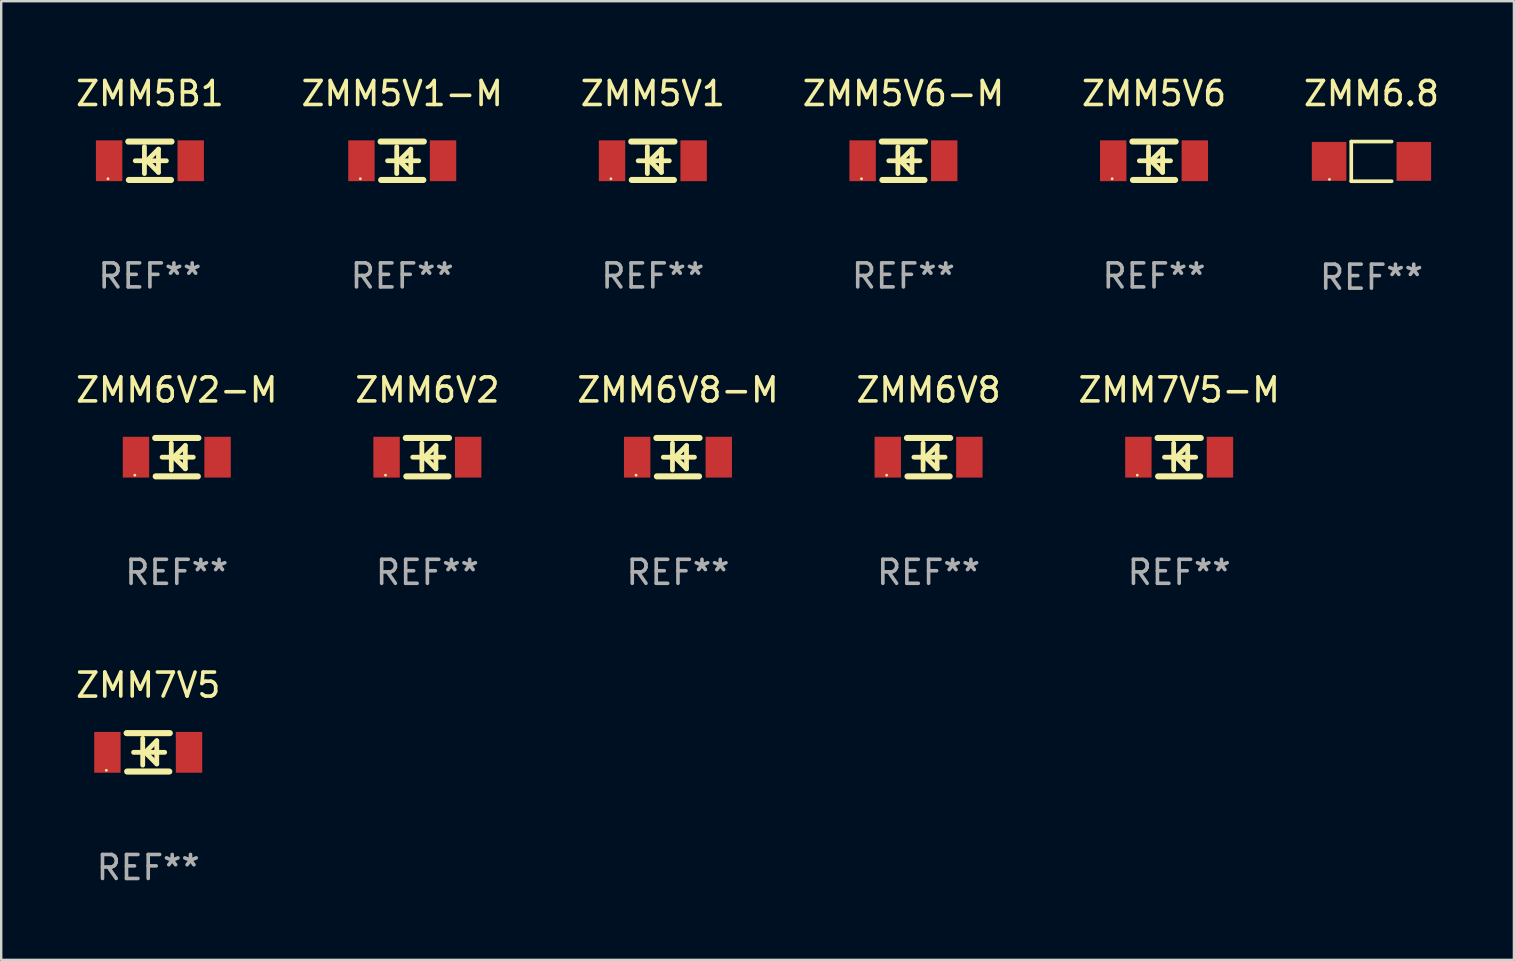
<source format=kicad_pcb>
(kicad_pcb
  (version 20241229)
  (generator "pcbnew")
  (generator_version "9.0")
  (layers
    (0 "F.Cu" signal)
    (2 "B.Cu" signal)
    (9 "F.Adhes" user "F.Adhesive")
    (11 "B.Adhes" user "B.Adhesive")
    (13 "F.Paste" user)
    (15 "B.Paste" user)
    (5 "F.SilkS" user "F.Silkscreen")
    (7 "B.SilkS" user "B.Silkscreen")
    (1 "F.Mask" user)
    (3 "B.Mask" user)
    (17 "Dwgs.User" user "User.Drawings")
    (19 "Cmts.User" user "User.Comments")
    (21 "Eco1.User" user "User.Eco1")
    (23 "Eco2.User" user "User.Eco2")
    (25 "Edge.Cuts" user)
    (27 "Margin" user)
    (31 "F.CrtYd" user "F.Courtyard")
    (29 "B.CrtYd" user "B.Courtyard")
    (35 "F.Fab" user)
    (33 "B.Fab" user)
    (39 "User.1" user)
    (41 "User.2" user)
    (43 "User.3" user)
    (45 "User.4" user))
  (footprint "ZMM5V1"
    (layer "F.Cu")
    (at 24.149 3.648)
    (property "Reference" "ZMM5V1" (at 0 -2.8 0) (layer "F.SilkS") (effects (font (size 1 1) (thickness 0.15))))
    (attr through_hole)
    (fp_line (start -0.9 -0.8) (end 0.9 -0.8) (stroke (width 0.254) (type solid)) (layer "F.SilkS"))
    (fp_line (start -0.878 0.8) (end 0.878 0.8) (stroke (width 0.254) (type solid)) (layer "F.SilkS"))
    (fp_line (start -0.61 0) (end 0.686 0) (stroke (width 0.2) (type solid)) (layer "F.SilkS"))
    (fp_line (start -0.229 -0.584) (end -0.229 0.533) (stroke (width 0.2) (type solid)) (layer "F.SilkS"))
    (fp_line (start -0.127 0) (end 0.356 -0.483) (stroke (width 0.2) (type solid)) (layer "F.SilkS"))
    (fp_line (start 0.356 -0.483) (end 0.356 0.483) (stroke (width 0.2) (type solid)) (layer "F.SilkS"))
    (fp_line (start 0.356 0.483) (end -0.102 0.025) (stroke (width 0.2) (type solid)) (layer "F.SilkS"))
    (fp_circle (center -1.746 0.75) (end -1.716 0.75) (stroke (width 0.06) (type solid)) (fill no) (layer "F.SilkS"))
    (fp_text user "REF**" (at 0 4.8 0) (layer "F.Fab") (effects (font (size 1 1) (thickness 0.15))))
    (pad "1" smd rect (at -1.7 0 180) (size 1.1 1.7) (layers "F.Cu" "F.Mask" "F.Paste"))
    (pad "2" smd rect (at 1.7 0 180) (size 1.1 1.7) (layers "F.Cu" "F.Mask" "F.Paste")))
  (footprint "ZMM6.8"
    (layer "F.Cu")
    (at 54.089 3.674)
    (property "Reference" "ZMM6.8" (at 0 -2.826 0) (layer "F.SilkS") (effects (font (size 1 1) (thickness 0.15))))
    (attr through_hole)
    (fp_line (start -0.842 -0.826) (end -0.842 0.826) (stroke (width 0.152) (type solid)) (layer "F.SilkS"))
    (fp_line (start -0.842 -0.826) (end 0.842 -0.826) (stroke (width 0.152) (type solid)) (layer "F.SilkS"))
    (fp_line (start -0.842 0.826) (end 0.842 0.826) (stroke (width 0.152) (type solid)) (layer "F.SilkS"))
    (fp_circle (center -1.75 0.75) (end -1.72 0.75) (stroke (width 0.06) (type solid)) (fill no) (layer "F.SilkS"))
    (fp_text user "REF**" (at 0 4.826 0) (layer "F.Fab") (effects (font (size 1 1) (thickness 0.15))))
    (pad "1" smd rect (at -1.765 0) (size 1.44 1.62) (layers "F.Cu" "F.Mask" "F.Paste"))
    (pad "2" smd rect (at 1.765 0) (size 1.44 1.62) (layers "F.Cu" "F.Mask" "F.Paste")))
  (footprint "ZMM7V5"
    (layer "F.Cu")
    (at 3.125 28.294)
    (property "Reference" "ZMM7V5" (at 0 -2.8 0) (layer "F.SilkS") (effects (font (size 1 1) (thickness 0.15))))
    (attr through_hole)
    (fp_line (start -0.9 -0.8) (end 0.9 -0.8) (stroke (width 0.254) (type solid)) (layer "F.SilkS"))
    (fp_line (start -0.878 0.8) (end 0.878 0.8) (stroke (width 0.254) (type solid)) (layer "F.SilkS"))
    (fp_line (start -0.61 0) (end 0.686 0) (stroke (width 0.2) (type solid)) (layer "F.SilkS"))
    (fp_line (start -0.229 -0.584) (end -0.229 0.533) (stroke (width 0.2) (type solid)) (layer "F.SilkS"))
    (fp_line (start -0.127 0) (end 0.356 -0.483) (stroke (width 0.2) (type solid)) (layer "F.SilkS"))
    (fp_line (start 0.356 -0.483) (end 0.356 0.483) (stroke (width 0.2) (type solid)) (layer "F.SilkS"))
    (fp_line (start 0.356 0.483) (end -0.102 0.025) (stroke (width 0.2) (type solid)) (layer "F.SilkS"))
    (fp_circle (center -1.746 0.75) (end -1.716 0.75) (stroke (width 0.06) (type solid)) (fill no) (layer "F.SilkS"))
    (fp_text user "REF**" (at 0 4.8 0) (layer "F.Fab") (effects (font (size 1 1) (thickness 0.15))))
    (pad "1" smd rect (at -1.7 0 180) (size 1.1 1.7) (layers "F.Cu" "F.Mask" "F.Paste"))
    (pad "2" smd rect (at 1.7 0 180) (size 1.1 1.7) (layers "F.Cu" "F.Mask" "F.Paste")))
  (footprint "ZMM6V8"
    (layer "F.Cu")
    (at 35.637 15.997)
    (property "Reference" "ZMM6V8" (at 0 -2.8 0) (layer "F.SilkS") (effects (font (size 1 1) (thickness 0.15))))
    (attr through_hole)
    (fp_line (start -0.9 -0.8) (end 0.9 -0.8) (stroke (width 0.254) (type solid)) (layer "F.SilkS"))
    (fp_line (start -0.878 0.8) (end 0.878 0.8) (stroke (width 0.254) (type solid)) (layer "F.SilkS"))
    (fp_line (start -0.61 0) (end 0.686 0) (stroke (width 0.2) (type solid)) (layer "F.SilkS"))
    (fp_line (start -0.229 -0.584) (end -0.229 0.533) (stroke (width 0.2) (type solid)) (layer "F.SilkS"))
    (fp_line (start -0.127 0) (end 0.356 -0.483) (stroke (width 0.2) (type solid)) (layer "F.SilkS"))
    (fp_line (start 0.356 -0.483) (end 0.356 0.483) (stroke (width 0.2) (type solid)) (layer "F.SilkS"))
    (fp_line (start 0.356 0.483) (end -0.102 0.025) (stroke (width 0.2) (type solid)) (layer "F.SilkS"))
    (fp_circle (center -1.746 0.75) (end -1.716 0.75) (stroke (width 0.06) (type solid)) (fill no) (layer "F.SilkS"))
    (fp_text user "REF**" (at 0 4.8 0) (layer "F.Fab") (effects (font (size 1 1) (thickness 0.15))))
    (pad "1" smd rect (at -1.7 0 180) (size 1.1 1.7) (layers "F.Cu" "F.Mask" "F.Paste"))
    (pad "2" smd rect (at 1.7 0 180) (size 1.1 1.7) (layers "F.Cu" "F.Mask" "F.Paste")))
  (footprint "ZMM6V8-M"
    (layer "F.Cu")
    (at 25.196 15.997)
    (property "Reference" "ZMM6V8-M" (at 0 -2.8 0) (layer "F.SilkS") (effects (font (size 1 1) (thickness 0.15))))
    (attr through_hole)
    (fp_line (start -0.9 -0.8) (end 0.9 -0.8) (stroke (width 0.254) (type solid)) (layer "F.SilkS"))
    (fp_line (start -0.878 0.8) (end 0.878 0.8) (stroke (width 0.254) (type solid)) (layer "F.SilkS"))
    (fp_line (start -0.61 0) (end 0.686 0) (stroke (width 0.2) (type solid)) (layer "F.SilkS"))
    (fp_line (start -0.229 -0.584) (end -0.229 0.533) (stroke (width 0.2) (type solid)) (layer "F.SilkS"))
    (fp_line (start -0.127 0) (end 0.356 -0.483) (stroke (width 0.2) (type solid)) (layer "F.SilkS"))
    (fp_line (start 0.356 -0.483) (end 0.356 0.483) (stroke (width 0.2) (type solid)) (layer "F.SilkS"))
    (fp_line (start 0.356 0.483) (end -0.102 0.025) (stroke (width 0.2) (type solid)) (layer "F.SilkS"))
    (fp_circle (center -1.746 0.75) (end -1.716 0.75) (stroke (width 0.06) (type solid)) (fill no) (layer "F.SilkS"))
    (fp_text user "REF**" (at 0 4.8 0) (layer "F.Fab") (effects (font (size 1 1) (thickness 0.15))))
    (pad "1" smd rect (at -1.7 0 180) (size 1.1 1.7) (layers "F.Cu" "F.Mask" "F.Paste"))
    (pad "2" smd rect (at 1.7 0 180) (size 1.1 1.7) (layers "F.Cu" "F.Mask" "F.Paste")))
  (footprint "ZMM5V6"
    (layer "F.Cu")
    (at 45.03 3.648)
    (property "Reference" "ZMM5V6" (at 0 -2.8 0) (layer "F.SilkS") (effects (font (size 1 1) (thickness 0.15))))
    (attr through_hole)
    (fp_line (start -0.9 -0.8) (end 0.9 -0.8) (stroke (width 0.254) (type solid)) (layer "F.SilkS"))
    (fp_line (start -0.878 0.8) (end 0.878 0.8) (stroke (width 0.254) (type solid)) (layer "F.SilkS"))
    (fp_line (start -0.61 0) (end 0.686 0) (stroke (width 0.2) (type solid)) (layer "F.SilkS"))
    (fp_line (start -0.229 -0.584) (end -0.229 0.533) (stroke (width 0.2) (type solid)) (layer "F.SilkS"))
    (fp_line (start -0.127 0) (end 0.356 -0.483) (stroke (width 0.2) (type solid)) (layer "F.SilkS"))
    (fp_line (start 0.356 -0.483) (end 0.356 0.483) (stroke (width 0.2) (type solid)) (layer "F.SilkS"))
    (fp_line (start 0.356 0.483) (end -0.102 0.025) (stroke (width 0.2) (type solid)) (layer "F.SilkS"))
    (fp_circle (center -1.746 0.75) (end -1.716 0.75) (stroke (width 0.06) (type solid)) (fill no) (layer "F.SilkS"))
    (fp_text user "REF**" (at 0 4.8 0) (layer "F.Fab") (effects (font (size 1 1) (thickness 0.15))))
    (pad "1" smd rect (at -1.7 0 180) (size 1.1 1.7) (layers "F.Cu" "F.Mask" "F.Paste"))
    (pad "2" smd rect (at 1.7 0 180) (size 1.1 1.7) (layers "F.Cu" "F.Mask" "F.Paste")))
  (footprint "ZMM5V6-M"
    (layer "F.Cu")
    (at 34.589 3.648)
    (property "Reference" "ZMM5V6-M" (at 0 -2.8 0) (layer "F.SilkS") (effects (font (size 1 1) (thickness 0.15))))
    (attr through_hole)
    (fp_line (start -0.9 -0.8) (end 0.9 -0.8) (stroke (width 0.254) (type solid)) (layer "F.SilkS"))
    (fp_line (start -0.878 0.8) (end 0.878 0.8) (stroke (width 0.254) (type solid)) (layer "F.SilkS"))
    (fp_line (start -0.61 0) (end 0.686 0) (stroke (width 0.2) (type solid)) (layer "F.SilkS"))
    (fp_line (start -0.229 -0.584) (end -0.229 0.533) (stroke (width 0.2) (type solid)) (layer "F.SilkS"))
    (fp_line (start -0.127 0) (end 0.356 -0.483) (stroke (width 0.2) (type solid)) (layer "F.SilkS"))
    (fp_line (start 0.356 -0.483) (end 0.356 0.483) (stroke (width 0.2) (type solid)) (layer "F.SilkS"))
    (fp_line (start 0.356 0.483) (end -0.102 0.025) (stroke (width 0.2) (type solid)) (layer "F.SilkS"))
    (fp_circle (center -1.746 0.75) (end -1.716 0.75) (stroke (width 0.06) (type solid)) (fill no) (layer "F.SilkS"))
    (fp_text user "REF**" (at 0 4.8 0) (layer "F.Fab") (effects (font (size 1 1) (thickness 0.15))))
    (pad "1" smd rect (at -1.7 0 180) (size 1.1 1.7) (layers "F.Cu" "F.Mask" "F.Paste"))
    (pad "2" smd rect (at 1.7 0 180) (size 1.1 1.7) (layers "F.Cu" "F.Mask" "F.Paste")))
  (footprint "ZMM5B1"
    (layer "F.Cu")
    (at 3.196 3.648)
    (property "Reference" "ZMM5B1" (at 0 -2.8 0) (layer "F.SilkS") (effects (font (size 1 1) (thickness 0.15))))
    (attr through_hole)
    (fp_line (start -0.9 -0.8) (end 0.9 -0.8) (stroke (width 0.254) (type solid)) (layer "F.SilkS"))
    (fp_line (start -0.878 0.8) (end 0.878 0.8) (stroke (width 0.254) (type solid)) (layer "F.SilkS"))
    (fp_line (start -0.61 0) (end 0.686 0) (stroke (width 0.2) (type solid)) (layer "F.SilkS"))
    (fp_line (start -0.229 -0.584) (end -0.229 0.533) (stroke (width 0.2) (type solid)) (layer "F.SilkS"))
    (fp_line (start -0.127 0) (end 0.356 -0.483) (stroke (width 0.2) (type solid)) (layer "F.SilkS"))
    (fp_line (start 0.356 -0.483) (end 0.356 0.483) (stroke (width 0.2) (type solid)) (layer "F.SilkS"))
    (fp_line (start 0.356 0.483) (end -0.102 0.025) (stroke (width 0.2) (type solid)) (layer "F.SilkS"))
    (fp_circle (center -1.746 0.75) (end -1.716 0.75) (stroke (width 0.06) (type solid)) (fill no) (layer "F.SilkS"))
    (fp_text user "REF**" (at 0 4.8 0) (layer "F.Fab") (effects (font (size 1 1) (thickness 0.15))))
    (pad "1" smd rect (at -1.7 0 180) (size 1.1 1.7) (layers "F.Cu" "F.Mask" "F.Paste"))
    (pad "2" smd rect (at 1.7 0 180) (size 1.1 1.7) (layers "F.Cu" "F.Mask" "F.Paste")))
  (footprint "ZMM6V2-M"
    (layer "F.Cu")
    (at 4.315 15.997)
    (property "Reference" "ZMM6V2-M" (at 0 -2.8 0) (layer "F.SilkS") (effects (font (size 1 1) (thickness 0.15))))
    (attr through_hole)
    (fp_line (start -0.9 -0.8) (end 0.9 -0.8) (stroke (width 0.254) (type solid)) (layer "F.SilkS"))
    (fp_line (start -0.878 0.8) (end 0.878 0.8) (stroke (width 0.254) (type solid)) (layer "F.SilkS"))
    (fp_line (start -0.61 0) (end 0.686 0) (stroke (width 0.2) (type solid)) (layer "F.SilkS"))
    (fp_line (start -0.229 -0.584) (end -0.229 0.533) (stroke (width 0.2) (type solid)) (layer "F.SilkS"))
    (fp_line (start -0.127 0) (end 0.356 -0.483) (stroke (width 0.2) (type solid)) (layer "F.SilkS"))
    (fp_line (start 0.356 -0.483) (end 0.356 0.483) (stroke (width 0.2) (type solid)) (layer "F.SilkS"))
    (fp_line (start 0.356 0.483) (end -0.102 0.025) (stroke (width 0.2) (type solid)) (layer "F.SilkS"))
    (fp_circle (center -1.746 0.75) (end -1.716 0.75) (stroke (width 0.06) (type solid)) (fill no) (layer "F.SilkS"))
    (fp_text user "REF**" (at 0 4.8 0) (layer "F.Fab") (effects (font (size 1 1) (thickness 0.15))))
    (pad "1" smd rect (at -1.7 0 180) (size 1.1 1.7) (layers "F.Cu" "F.Mask" "F.Paste"))
    (pad "2" smd rect (at 1.7 0 180) (size 1.1 1.7) (layers "F.Cu" "F.Mask" "F.Paste")))
  (footprint "ZMM6V2"
    (layer "F.Cu")
    (at 14.756 15.997)
    (property "Reference" "ZMM6V2" (at 0 -2.8 0) (layer "F.SilkS") (effects (font (size 1 1) (thickness 0.15))))
    (attr through_hole)
    (fp_line (start -0.9 -0.8) (end 0.9 -0.8) (stroke (width 0.254) (type solid)) (layer "F.SilkS"))
    (fp_line (start -0.878 0.8) (end 0.878 0.8) (stroke (width 0.254) (type solid)) (layer "F.SilkS"))
    (fp_line (start -0.61 0) (end 0.686 0) (stroke (width 0.2) (type solid)) (layer "F.SilkS"))
    (fp_line (start -0.229 -0.584) (end -0.229 0.533) (stroke (width 0.2) (type solid)) (layer "F.SilkS"))
    (fp_line (start -0.127 0) (end 0.356 -0.483) (stroke (width 0.2) (type solid)) (layer "F.SilkS"))
    (fp_line (start 0.356 -0.483) (end 0.356 0.483) (stroke (width 0.2) (type solid)) (layer "F.SilkS"))
    (fp_line (start 0.356 0.483) (end -0.102 0.025) (stroke (width 0.2) (type solid)) (layer "F.SilkS"))
    (fp_circle (center -1.746 0.75) (end -1.716 0.75) (stroke (width 0.06) (type solid)) (fill no) (layer "F.SilkS"))
    (fp_text user "REF**" (at 0 4.8 0) (layer "F.Fab") (effects (font (size 1 1) (thickness 0.15))))
    (pad "1" smd rect (at -1.7 0 180) (size 1.1 1.7) (layers "F.Cu" "F.Mask" "F.Paste"))
    (pad "2" smd rect (at 1.7 0 180) (size 1.1 1.7) (layers "F.Cu" "F.Mask" "F.Paste")))
  (footprint "ZMM7V5-M"
    (layer "F.Cu")
    (at 46.077 15.997)
    (property "Reference" "ZMM7V5-M" (at 0 -2.8 0) (layer "F.SilkS") (effects (font (size 1 1) (thickness 0.15))))
    (attr through_hole)
    (fp_line (start -0.9 -0.8) (end 0.9 -0.8) (stroke (width 0.254) (type solid)) (layer "F.SilkS"))
    (fp_line (start -0.878 0.8) (end 0.878 0.8) (stroke (width 0.254) (type solid)) (layer "F.SilkS"))
    (fp_line (start -0.61 0) (end 0.686 0) (stroke (width 0.2) (type solid)) (layer "F.SilkS"))
    (fp_line (start -0.229 -0.584) (end -0.229 0.533) (stroke (width 0.2) (type solid)) (layer "F.SilkS"))
    (fp_line (start -0.127 0) (end 0.356 -0.483) (stroke (width 0.2) (type solid)) (layer "F.SilkS"))
    (fp_line (start 0.356 -0.483) (end 0.356 0.483) (stroke (width 0.2) (type solid)) (layer "F.SilkS"))
    (fp_line (start 0.356 0.483) (end -0.102 0.025) (stroke (width 0.2) (type solid)) (layer "F.SilkS"))
    (fp_circle (center -1.746 0.75) (end -1.716 0.75) (stroke (width 0.06) (type solid)) (fill no) (layer "F.SilkS"))
    (fp_text user "REF**" (at 0 4.8 0) (layer "F.Fab") (effects (font (size 1 1) (thickness 0.15))))
    (pad "1" smd rect (at -1.7 0 180) (size 1.1 1.7) (layers "F.Cu" "F.Mask" "F.Paste"))
    (pad "2" smd rect (at 1.7 0 180) (size 1.1 1.7) (layers "F.Cu" "F.Mask" "F.Paste")))
  (footprint "ZMM5V1-M"
    (layer "F.Cu")
    (at 13.708 3.648)
    (property "Reference" "ZMM5V1-M" (at 0 -2.8 0) (layer "F.SilkS") (effects (font (size 1 1) (thickness 0.15))))
    (attr through_hole)
    (fp_line (start -0.9 -0.8) (end 0.9 -0.8) (stroke (width 0.254) (type solid)) (layer "F.SilkS"))
    (fp_line (start -0.878 0.8) (end 0.878 0.8) (stroke (width 0.254) (type solid)) (layer "F.SilkS"))
    (fp_line (start -0.61 0) (end 0.686 0) (stroke (width 0.2) (type solid)) (layer "F.SilkS"))
    (fp_line (start -0.229 -0.584) (end -0.229 0.533) (stroke (width 0.2) (type solid)) (layer "F.SilkS"))
    (fp_line (start -0.127 0) (end 0.356 -0.483) (stroke (width 0.2) (type solid)) (layer "F.SilkS"))
    (fp_line (start 0.356 -0.483) (end 0.356 0.483) (stroke (width 0.2) (type solid)) (layer "F.SilkS"))
    (fp_line (start 0.356 0.483) (end -0.102 0.025) (stroke (width 0.2) (type solid)) (layer "F.SilkS"))
    (fp_circle (center -1.746 0.75) (end -1.716 0.75) (stroke (width 0.06) (type solid)) (fill no) (layer "F.SilkS"))
    (fp_text user "REF**" (at 0 4.8 0) (layer "F.Fab") (effects (font (size 1 1) (thickness 0.15))))
    (pad "1" smd rect (at -1.7 0 180) (size 1.1 1.7) (layers "F.Cu" "F.Mask" "F.Paste"))
    (pad "2" smd rect (at 1.7 0 180) (size 1.1 1.7) (layers "F.Cu" "F.Mask" "F.Paste")))
  (gr_rect
    (start -3 -3)
    (end 60.024 36.942)
    (stroke (width 0.1) (type default))
    (fill no)
    (layer "Edge.Cuts")))
</source>
